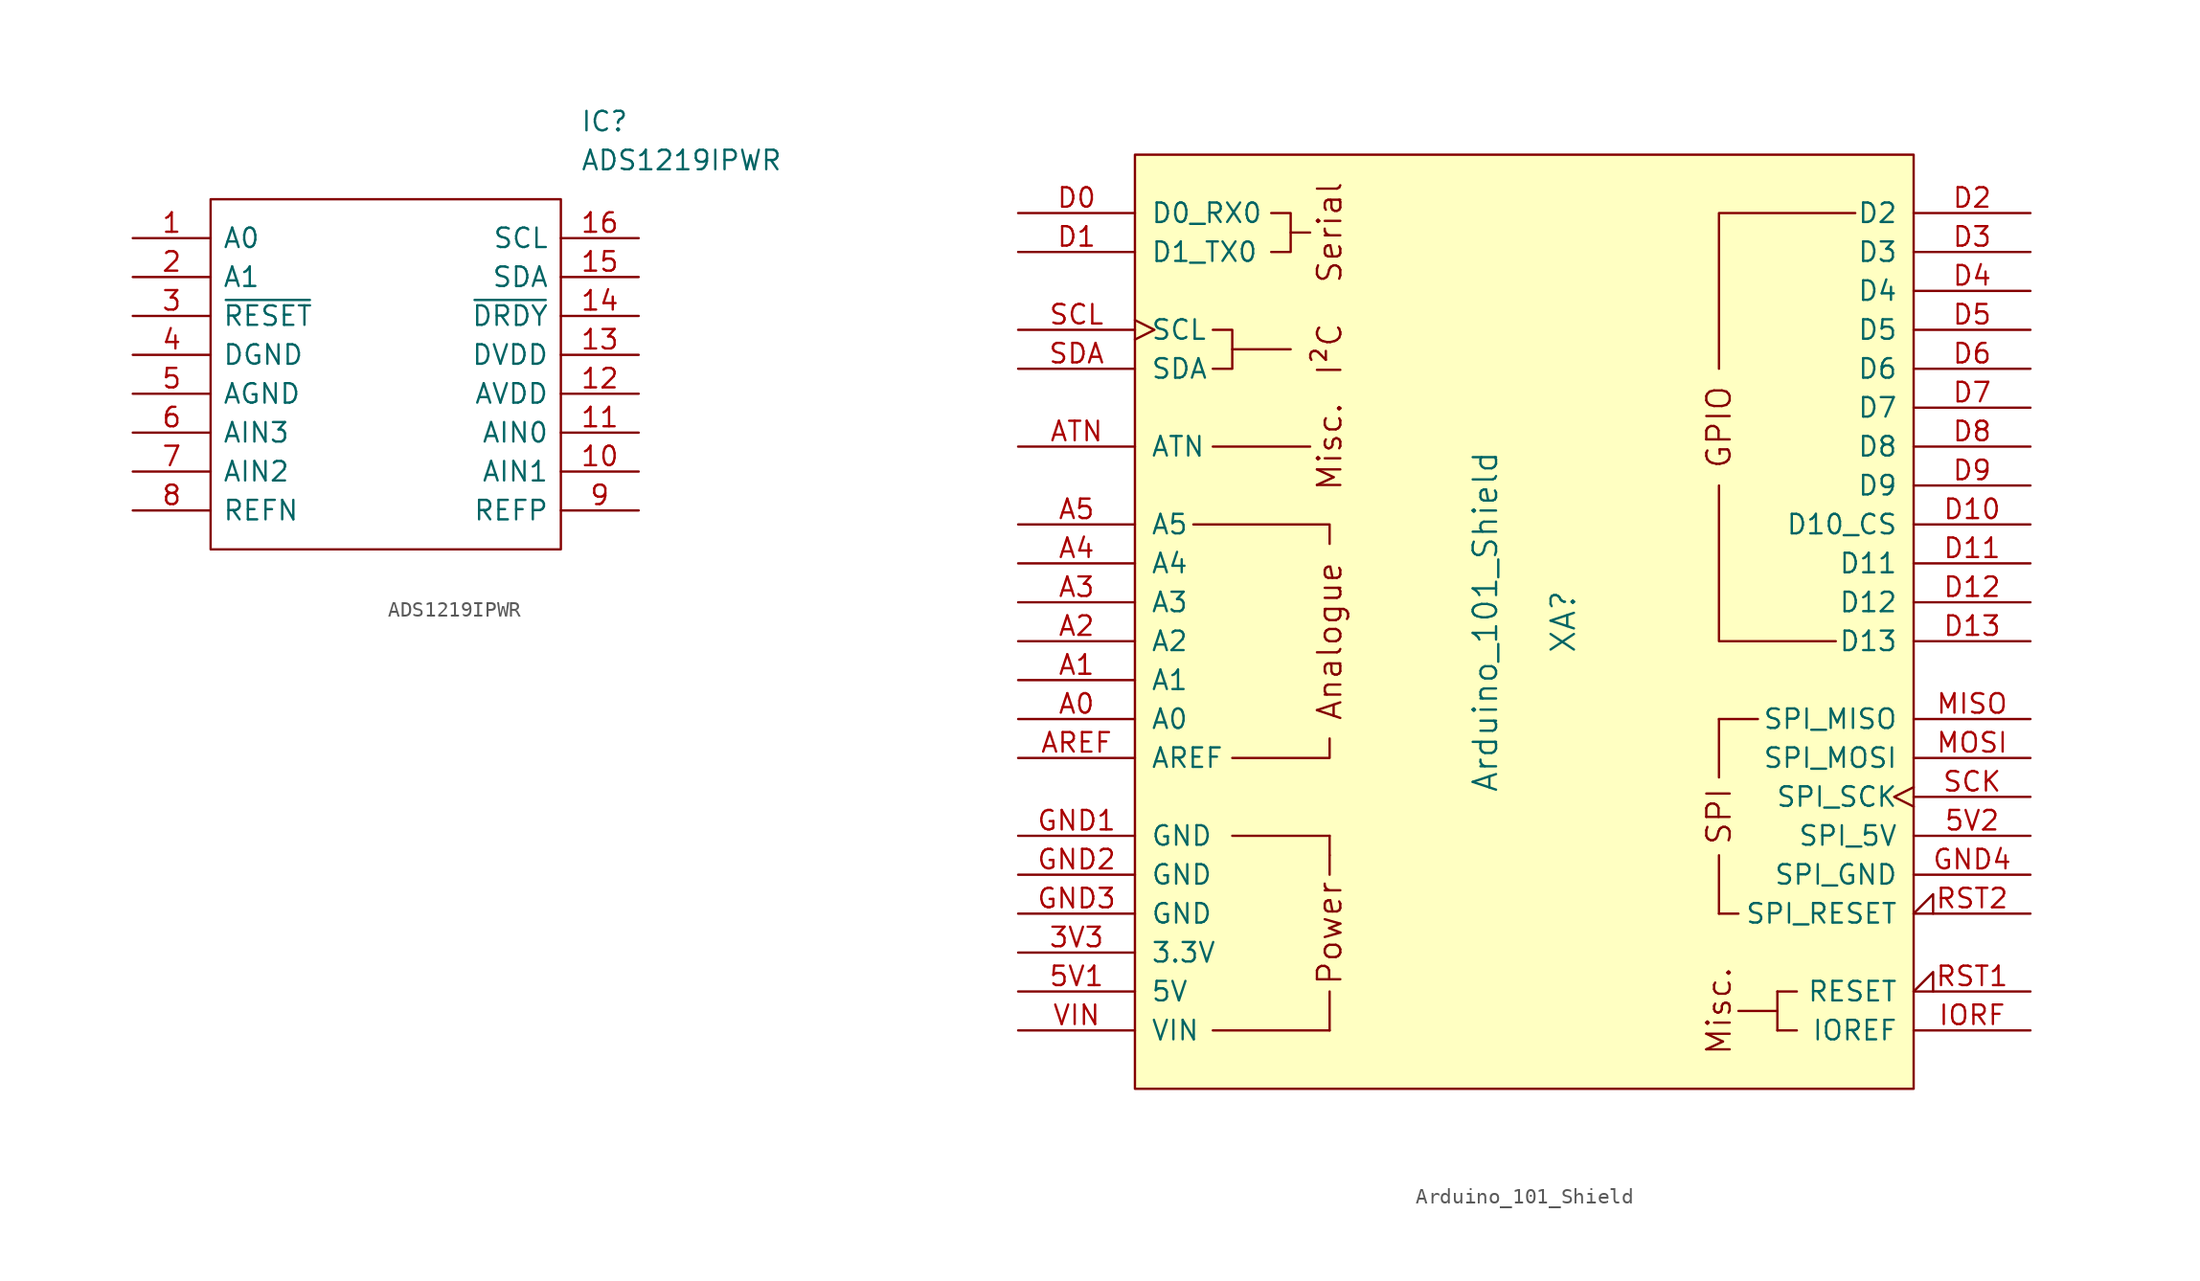
<source format=kicad_sym>
(kicad_symbol_lib
  (version 20220914)
  (generator kicad_symbol_editor)
  (symbol "ADS1219IPWR"
    (pin_names
      (offset 0.762))
    (property "Reference" "IC"
      (at 29.21 7.62 0)
      (effects (font (size 1.27 1.27)) (justify left)))
    (property "Value" "ADS1219IPWR"
      (at 29.21 5.08 0)
      (effects (font (size 1.27 1.27)) (justify left)))
    (symbol "ADS1219IPWR_0_0"
      (pin bidirectional line (at 0 0 0) (length 5.08) (name "A0" (effects (font (size 1.27 1.27)))) (number "1" (effects (font (size 1.27 1.27)))))
      (pin bidirectional line (at 33.02 -15.24 180) (length 5.08) (name "AIN1" (effects (font (size 1.27 1.27)))) (number "10" (effects (font (size 1.27 1.27)))))
      (pin bidirectional line (at 33.02 -12.7 180) (length 5.08) (name "AIN0" (effects (font (size 1.27 1.27)))) (number "11" (effects (font (size 1.27 1.27)))))
      (pin bidirectional line (at 33.02 -10.16 180) (length 5.08) (name "AVDD" (effects (font (size 1.27 1.27)))) (number "12" (effects (font (size 1.27 1.27)))))
      (pin bidirectional line (at 33.02 -7.62 180) (length 5.08) (name "DVDD" (effects (font (size 1.27 1.27)))) (number "13" (effects (font (size 1.27 1.27)))))
      (pin bidirectional line (at 33.02 -5.08 180) (length 5.08) (name "~{DRDY}" (effects (font (size 1.27 1.27)))) (number "14" (effects (font (size 1.27 1.27)))))
      (pin bidirectional line (at 33.02 -2.54 180) (length 5.08) (name "SDA" (effects (font (size 1.27 1.27)))) (number "15" (effects (font (size 1.27 1.27)))))
      (pin bidirectional line (at 33.02 0 180) (length 5.08) (name "SCL" (effects (font (size 1.27 1.27)))) (number "16" (effects (font (size 1.27 1.27)))))
      (pin bidirectional line (at 0 -2.54 0) (length 5.08) (name "A1" (effects (font (size 1.27 1.27)))) (number "2" (effects (font (size 1.27 1.27)))))
      (pin bidirectional line (at 0 -5.08 0) (length 5.08) (name "~{RESET}" (effects (font (size 1.27 1.27)))) (number "3" (effects (font (size 1.27 1.27)))))
      (pin bidirectional line (at 0 -7.62 0) (length 5.08) (name "DGND" (effects (font (size 1.27 1.27)))) (number "4" (effects (font (size 1.27 1.27)))))
      (pin bidirectional line (at 0 -10.16 0) (length 5.08) (name "AGND" (effects (font (size 1.27 1.27)))) (number "5" (effects (font (size 1.27 1.27)))))
      (pin bidirectional line (at 0 -12.7 0) (length 5.08) (name "AIN3" (effects (font (size 1.27 1.27)))) (number "6" (effects (font (size 1.27 1.27)))))
      (pin bidirectional line (at 0 -15.24 0) (length 5.08) (name "AIN2" (effects (font (size 1.27 1.27)))) (number "7" (effects (font (size 1.27 1.27)))))
      (pin bidirectional line (at 0 -17.78 0) (length 5.08) (name "REFN" (effects (font (size 1.27 1.27)))) (number "8" (effects (font (size 1.27 1.27)))))
      (pin bidirectional line (at 33.02 -17.78 180) (length 5.08) (name "REFP" (effects (font (size 1.27 1.27)))) (number "9" (effects (font (size 1.27 1.27))))))
    (symbol "ADS1219IPWR_0_1"
      (polyline (pts (xy 5.08 2.54) (xy 27.94 2.54) (xy 27.94 -20.32) (xy 5.08 -20.32) (xy 5.08 2.54)) (stroke (width 0.152) (type default)) (fill (type none)))))
  (symbol "Arduino_101_Shield"
    (pin_names
      (offset 1.016))
    (property "Reference" "XA"
      (at 2.54 0 90)
      (effects (font (size 1.524 1.524))))
    (property "Value" "Arduino_101_Shield"
      (at -2.54 0 90)
      (effects (font (size 1.524 1.524))))
    (symbol "Arduino_101_Shield_0_0"
      (rectangle (start -25.4 30.48) (end 25.4 -30.48) (stroke (width 0) (type default)) (fill (type background)))
      (rectangle (start -20.32 -26.67) (end -12.7 -26.67) (stroke (width 0) (type default)) (fill (type none)))
      (rectangle (start -19.05 -13.97) (end -12.7 -13.97) (stroke (width 0) (type default)) (fill (type none)))
      (polyline (pts (xy -19.05 17.78) (xy -15.24 17.78)) (stroke (width 0) (type default)) (fill (type none)))
      (polyline (pts (xy -15.24 25.4) (xy -13.97 25.4)) (stroke (width 0) (type default)) (fill (type none)))
      (polyline (pts (xy -13.97 11.43) (xy -20.32 11.43)) (stroke (width 0) (type default)) (fill (type none)))
      (polyline (pts (xy -12.7 -26.67) (xy -12.7 -24.13)) (stroke (width 0) (type default)) (fill (type none)))
      (polyline (pts (xy -12.7 -15.24) (xy -12.7 -16.51)) (stroke (width 0) (type default)) (fill (type none)))
      (polyline (pts (xy -12.7 -13.97) (xy -12.7 -15.24)) (stroke (width 0) (type default)) (fill (type none)))
      (polyline (pts (xy -12.7 -7.62) (xy -12.7 -8.89) (xy -19.05 -8.89)) (stroke (width 0) (type default)) (fill (type none)))
      (polyline (pts (xy -12.7 5.08) (xy -12.7 6.35) (xy -21.59 6.35)) (stroke (width 0) (type default)) (fill (type none)))
      (polyline (pts (xy 12.7 8.89) (xy 12.7 -1.27) (xy 20.32 -1.27)) (stroke (width 0) (type default)) (fill (type none)))
      (polyline (pts (xy 12.7 16.51) (xy 12.7 26.67) (xy 21.59 26.67)) (stroke (width 0) (type default)) (fill (type none)))
      (polyline (pts (xy -20.32 19.05) (xy -19.05 19.05) (xy -19.05 16.51) (xy -20.32 16.51)) (stroke (width 0) (type default)) (fill (type none)))
      (polyline (pts (xy -16.51 26.67) (xy -15.24 26.67) (xy -15.24 24.13) (xy -16.51 24.13)) (stroke (width 0) (type default)) (fill (type none)))
      (rectangle (start 12.7 -19.05) (end 12.7 -15.24) (stroke (width 0) (type default)) (fill (type none)))
      (rectangle (start 12.7 -10.16) (end 12.7 -6.35) (stroke (width 0) (type default)) (fill (type none)))
      (rectangle (start 13.97 -19.05) (end 12.7 -19.05) (stroke (width 0) (type default)) (fill (type none)))
      (rectangle (start 15.24 -6.35) (end 12.7 -6.35) (stroke (width 0) (type default)) (fill (type none)))
      (rectangle (start 16.51 -25.4) (end 13.97 -25.4) (stroke (width 0) (type default)) (fill (type none)))
      (rectangle (start 16.51 -24.13) (end 16.51 -26.67) (stroke (width 0) (type default)) (fill (type none)))
      (rectangle (start 17.78 -26.67) (end 16.51 -26.67) (stroke (width 0) (type default)) (fill (type none)))
      (rectangle (start 17.78 -24.13) (end 16.51 -24.13) (stroke (width 0) (type default)) (fill (type none)))
      (text "Analogue" (at -12.7 -1.27 900) (effects (font (size 1.524 1.524))))
      (text "I²C" (at -12.7 17.78 900) (effects (font (size 1.524 1.524))))
      (text "Misc." (at -12.7 11.43 900) (effects (font (size 1.524 1.524))))
      (text "Misc." (at 12.7 -25.4 900) (effects (font (size 1.524 1.524))))
      (text "Power" (at -12.7 -20.32 900) (effects (font (size 1.524 1.524))))
      (text "Serial" (at -12.7 25.4 900) (effects (font (size 1.524 1.524))))
      (text "SPI" (at 12.7 -12.7 900) (effects (font (size 1.524 1.524)))))
    (symbol "Arduino_101_Shield_1_0"
      (text "GPIO" (at 12.7 12.7 900) (effects (font (size 1.524 1.524)))))
    (symbol "Arduino_101_Shield_1_1"
      (pin power_in line (at -33.02 -21.59 0) (length 7.62) (name "3.3V" (effects (font (size 1.27 1.27)))) (number "3V3" (effects (font (size 1.27 1.27)))))
      (pin power_in line (at -33.02 -24.13 0) (length 7.62) (name "5V" (effects (font (size 1.27 1.27)))) (number "5V1" (effects (font (size 1.27 1.27)))))
      (pin power_in line (at 33.02 -13.97 180) (length 7.62) (name "SPI_5V" (effects (font (size 1.27 1.27)))) (number "5V2" (effects (font (size 1.27 1.27)))))
      (pin bidirectional line (at -33.02 -6.35 0) (length 7.62) (name "A0" (effects (font (size 1.27 1.27)))) (number "A0" (effects (font (size 1.27 1.27)))))
      (pin bidirectional line (at -33.02 -3.81 0) (length 7.62) (name "A1" (effects (font (size 1.27 1.27)))) (number "A1" (effects (font (size 1.27 1.27)))))
      (pin bidirectional line (at -33.02 -1.27 0) (length 7.62) (name "A2" (effects (font (size 1.27 1.27)))) (number "A2" (effects (font (size 1.27 1.27)))))
      (pin bidirectional line (at -33.02 1.27 0) (length 7.62) (name "A3" (effects (font (size 1.27 1.27)))) (number "A3" (effects (font (size 1.27 1.27)))))
      (pin bidirectional line (at -33.02 3.81 0) (length 7.62) (name "A4" (effects (font (size 1.27 1.27)))) (number "A4" (effects (font (size 1.27 1.27)))))
      (pin bidirectional line (at -33.02 6.35 0) (length 7.62) (name "A5" (effects (font (size 1.27 1.27)))) (number "A5" (effects (font (size 1.27 1.27)))))
      (pin input line (at -33.02 -8.89 0) (length 7.62) (name "AREF" (effects (font (size 1.27 1.27)))) (number "AREF" (effects (font (size 1.27 1.27)))))
      (pin bidirectional line (at -33.02 11.43 0) (length 7.62) (name "ATN" (effects (font (size 1.27 1.27)))) (number "ATN" (effects (font (size 1.27 1.27)))))
      (pin bidirectional line (at -33.02 26.67 0) (length 7.62) (name "D0_RX0" (effects (font (size 1.27 1.27)))) (number "D0" (effects (font (size 1.27 1.27)))))
      (pin bidirectional line (at -33.02 24.13 0) (length 7.62) (name "D1_TX0" (effects (font (size 1.27 1.27)))) (number "D1" (effects (font (size 1.27 1.27)))))
      (pin bidirectional line (at 33.02 6.35 180) (length 7.62) (name "D10_CS" (effects (font (size 1.27 1.27)))) (number "D10" (effects (font (size 1.27 1.27)))))
      (pin bidirectional line (at 33.02 3.81 180) (length 7.62) (name "D11" (effects (font (size 1.27 1.27)))) (number "D11" (effects (font (size 1.27 1.27)))))
      (pin bidirectional line (at 33.02 1.27 180) (length 7.62) (name "D12" (effects (font (size 1.27 1.27)))) (number "D12" (effects (font (size 1.27 1.27)))))
      (pin bidirectional line (at 33.02 -1.27 180) (length 7.62) (name "D13" (effects (font (size 1.27 1.27)))) (number "D13" (effects (font (size 1.27 1.27)))))
      (pin bidirectional line (at 33.02 26.67 180) (length 7.62) (name "D2" (effects (font (size 1.27 1.27)))) (number "D2" (effects (font (size 1.27 1.27)))))
      (pin bidirectional line (at 33.02 24.13 180) (length 7.62) (name "D3" (effects (font (size 1.27 1.27)))) (number "D3" (effects (font (size 1.27 1.27)))))
      (pin bidirectional line (at 33.02 21.59 180) (length 7.62) (name "D4" (effects (font (size 1.27 1.27)))) (number "D4" (effects (font (size 1.27 1.27)))))
      (pin bidirectional line (at 33.02 19.05 180) (length 7.62) (name "D5" (effects (font (size 1.27 1.27)))) (number "D5" (effects (font (size 1.27 1.27)))))
      (pin bidirectional line (at 33.02 16.51 180) (length 7.62) (name "D6" (effects (font (size 1.27 1.27)))) (number "D6" (effects (font (size 1.27 1.27)))))
      (pin bidirectional line (at 33.02 13.97 180) (length 7.62) (name "D7" (effects (font (size 1.27 1.27)))) (number "D7" (effects (font (size 1.27 1.27)))))
      (pin bidirectional line (at 33.02 11.43 180) (length 7.62) (name "D8" (effects (font (size 1.27 1.27)))) (number "D8" (effects (font (size 1.27 1.27)))))
      (pin bidirectional line (at 33.02 8.89 180) (length 7.62) (name "D9" (effects (font (size 1.27 1.27)))) (number "D9" (effects (font (size 1.27 1.27)))))
      (pin power_in line (at -33.02 -13.97 0) (length 7.62) (name "GND" (effects (font (size 1.27 1.27)))) (number "GND1" (effects (font (size 1.27 1.27)))))
      (pin power_in line (at -33.02 -16.51 0) (length 7.62) (name "GND" (effects (font (size 1.27 1.27)))) (number "GND2" (effects (font (size 1.27 1.27)))))
      (pin power_in line (at -33.02 -19.05 0) (length 7.62) (name "GND" (effects (font (size 1.27 1.27)))) (number "GND3" (effects (font (size 1.27 1.27)))))
      (pin power_in line (at 33.02 -16.51 180) (length 7.62) (name "SPI_GND" (effects (font (size 1.27 1.27)))) (number "GND4" (effects (font (size 1.27 1.27)))))
      (pin output line (at 33.02 -26.67 180) (length 7.62) (name "IOREF" (effects (font (size 1.27 1.27)))) (number "IORF" (effects (font (size 1.27 1.27)))))
      (pin input line (at 33.02 -6.35 180) (length 7.62) (name "SPI_MISO" (effects (font (size 1.27 1.27)))) (number "MISO" (effects (font (size 1.27 1.27)))))
      (pin output line (at 33.02 -8.89 180) (length 7.62) (name "SPI_MOSI" (effects (font (size 1.27 1.27)))) (number "MOSI" (effects (font (size 1.27 1.27)))))
      (pin open_collector input_low (at 33.02 -24.13 180) (length 7.62) (name "RESET" (effects (font (size 1.27 1.27)))) (number "RST1" (effects (font (size 1.27 1.27)))))
      (pin open_collector input_low (at 33.02 -19.05 180) (length 7.62) (name "SPI_RESET" (effects (font (size 1.27 1.27)))) (number "RST2" (effects (font (size 1.27 1.27)))))
      (pin output clock (at 33.02 -11.43 180) (length 7.62) (name "SPI_SCK" (effects (font (size 1.27 1.27)))) (number "SCK" (effects (font (size 1.27 1.27)))))
      (pin bidirectional clock (at -33.02 19.05 0) (length 7.62) (name "SCL" (effects (font (size 1.27 1.27)))) (number "SCL" (effects (font (size 1.27 1.27)))))
      (pin bidirectional line (at -33.02 16.51 0) (length 7.62) (name "SDA" (effects (font (size 1.27 1.27)))) (number "SDA" (effects (font (size 1.27 1.27)))))
      (pin power_in line (at -33.02 -26.67 0) (length 7.62) (name "VIN" (effects (font (size 1.27 1.27)))) (number "VIN" (effects (font (size 1.27 1.27))))))))
</source>
